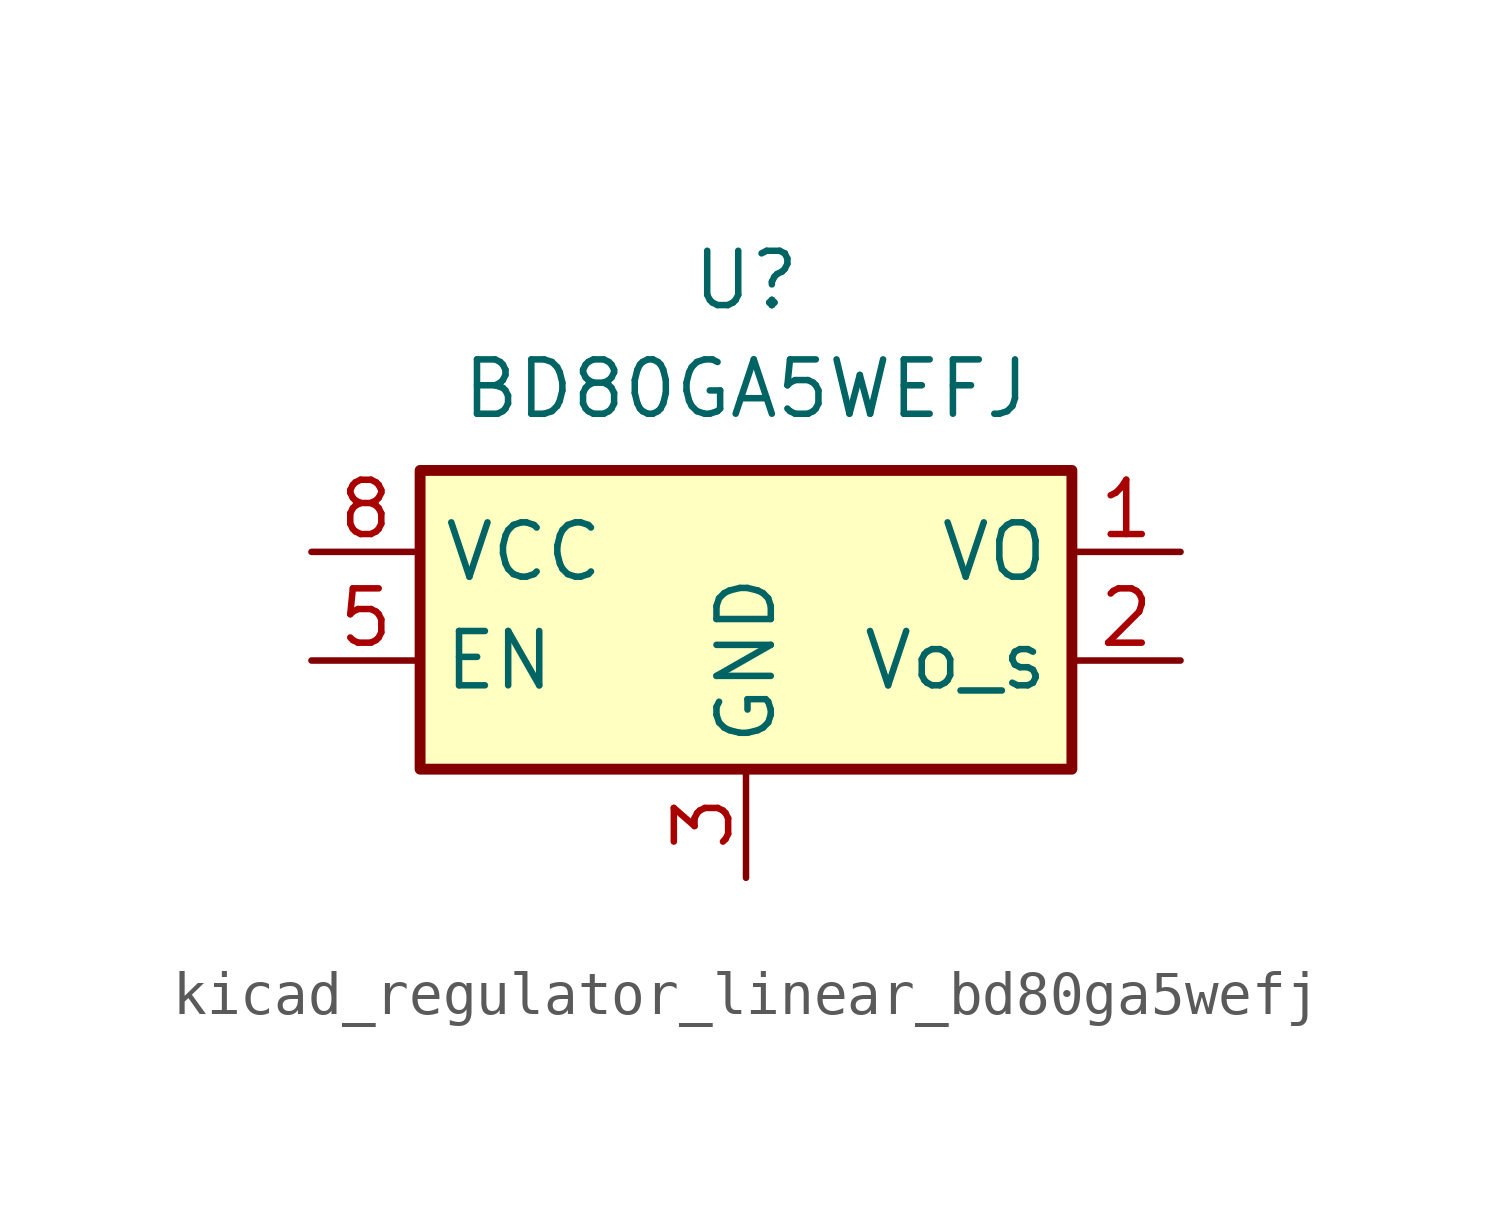
<source format=kicad_sym>
(kicad_symbol_lib
  (version 20220914)
  (generator kicad_symbol_editor)
  (symbol "kicad_regulator_linear_bd80ga5wefj"
    (property "Reference" "U"
      (at 0 6.35 0)
      (effects (font (size 1.27 1.27))))
    (property "Value" "BD80GA5WEFJ"
      (at 0 3.81 0)
      (effects (font (size 1.27 1.27))))
    (symbol "kicad_regulator_linear_bd80ga5wefj_1_1"
      (rectangle (start -7.62 -5.08) (end 7.62 1.905) (stroke (width 0.254) (type default)) (fill (type background)))
      (pin power_out line (at 10.16 0 180) (length 2.54) (name "VO" (effects (font (size 1.27 1.27)))) (number "1" (effects (font (size 1.27 1.27)))))
      (pin input line (at 10.16 -2.54 180) (length 2.54) (name "Vo_s" (effects (font (size 1.27 1.27)))) (number "2" (effects (font (size 1.27 1.27)))))
      (pin power_in line (at 0 -7.62 90) (length 2.54) (name "GND" (effects (font (size 1.27 1.27)))) (number "3" (effects (font (size 1.27 1.27)))))
      (pin passive line (at 0 -7.62 90) (length 2.54) hide (name "GND" (effects (font (size 1.27 1.27)))) (number "4" (effects (font (size 1.27 1.27)))))
      (pin input line (at -10.16 -2.54 0) (length 2.54) (name "EN" (effects (font (size 1.27 1.27)))) (number "5" (effects (font (size 1.27 1.27)))))
      (pin passive line (at 0 -7.62 90) (length 2.54) hide (name "GND" (effects (font (size 1.27 1.27)))) (number "6" (effects (font (size 1.27 1.27)))))
      (pin passive line (at 0 -7.62 90) (length 2.54) hide (name "GND" (effects (font (size 1.27 1.27)))) (number "7" (effects (font (size 1.27 1.27)))))
      (pin power_in line (at -10.16 0 0) (length 2.54) (name "VCC" (effects (font (size 1.27 1.27)))) (number "8" (effects (font (size 1.27 1.27)))))
      (pin passive line (at 0 -7.62 90) (length 2.54) hide (name "GND" (effects (font (size 1.27 1.27)))) (number "9" (effects (font (size 1.27 1.27))))))))
</source>
